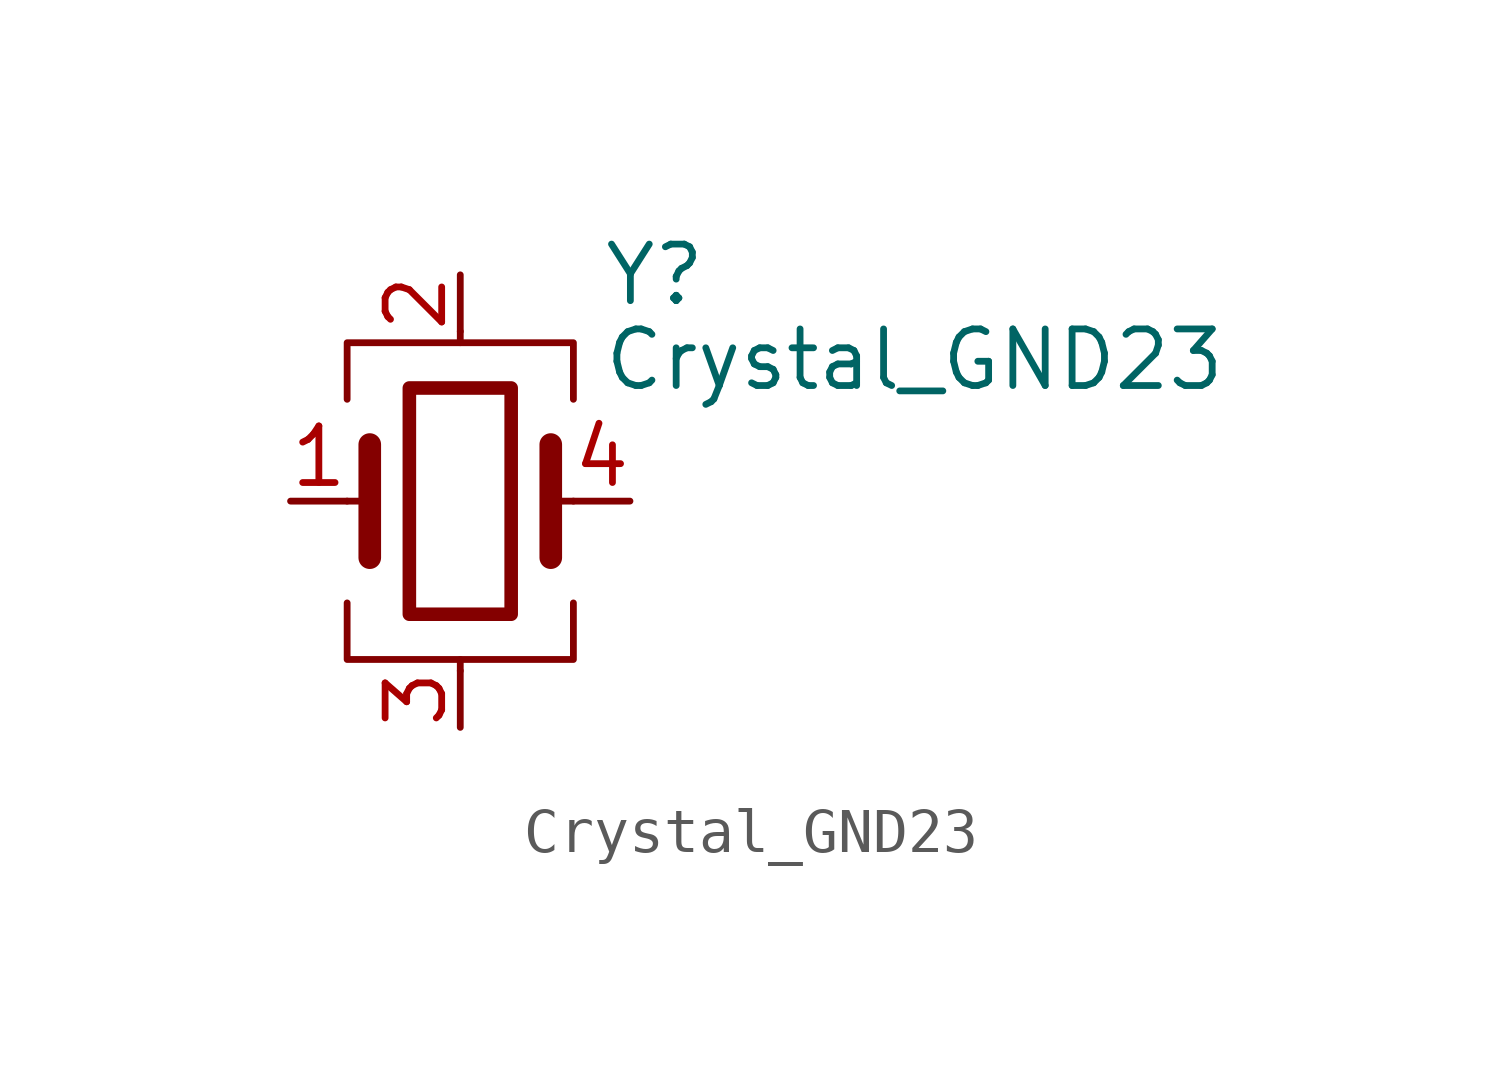
<source format=kicad_sym>
(kicad_symbol_lib
  (version 20211014)
  (generator kicad_symbol_editor)
  (symbol "Crystal_GND23"
    (pin_names
      (offset 1.016) hide)
    (property "Reference" "Y"
      (at 3.175 5.08 0)
      (effects (font (size 1.27 1.27)) (justify left)))
    (property "Value" "Crystal_GND23"
      (at 3.175 3.175 0)
      (effects (font (size 1.27 1.27)) (justify left)))
    (symbol "Crystal_GND23_0_1"
      (rectangle (start -1.143 2.54) (end 1.143 -2.54) (stroke (width 0.305) (type default) (color 0 0 0 0)) (fill (type none)))
      (polyline (pts (xy -2.54 0) (xy -2.032 0)) (stroke (width 0) (type default) (color 0 0 0 0)) (fill (type none)))
      (polyline (pts (xy -2.032 -1.27) (xy -2.032 1.27)) (stroke (width 0.508) (type default) (color 0 0 0 0)) (fill (type none)))
      (polyline (pts (xy 0 -3.81) (xy 0 -3.556)) (stroke (width 0) (type default) (color 0 0 0 0)) (fill (type none)))
      (polyline (pts (xy 0 3.556) (xy 0 3.81)) (stroke (width 0) (type default) (color 0 0 0 0)) (fill (type none)))
      (polyline (pts (xy 2.032 -1.27) (xy 2.032 1.27)) (stroke (width 0.508) (type default) (color 0 0 0 0)) (fill (type none)))
      (polyline (pts (xy 2.032 0) (xy 2.54 0)) (stroke (width 0) (type default) (color 0 0 0 0)) (fill (type none)))
      (polyline (pts (xy -2.54 -2.286) (xy -2.54 -3.556) (xy 2.54 -3.556) (xy 2.54 -2.286)) (stroke (width 0) (type default) (color 0 0 0 0)) (fill (type none)))
      (polyline (pts (xy -2.54 2.286) (xy -2.54 3.556) (xy 2.54 3.556) (xy 2.54 2.286)) (stroke (width 0) (type default) (color 0 0 0 0)) (fill (type none))))
    (symbol "Crystal_GND23_1_1"
      (pin passive line (at -3.81 0 0) (length 1.27) (name "1" (effects (font (size 1.27 1.27)))) (number "1" (effects (font (size 1.27 1.27)))))
      (pin passive line (at 0 5.08 270) (length 1.27) (name "2" (effects (font (size 1.27 1.27)))) (number "2" (effects (font (size 1.27 1.27)))))
      (pin passive line (at 0 -5.08 90) (length 1.27) (name "3" (effects (font (size 1.27 1.27)))) (number "3" (effects (font (size 1.27 1.27)))))
      (pin passive line (at 3.81 0 180) (length 1.27) (name "4" (effects (font (size 1.27 1.27)))) (number "4" (effects (font (size 1.27 1.27))))))))
</source>
